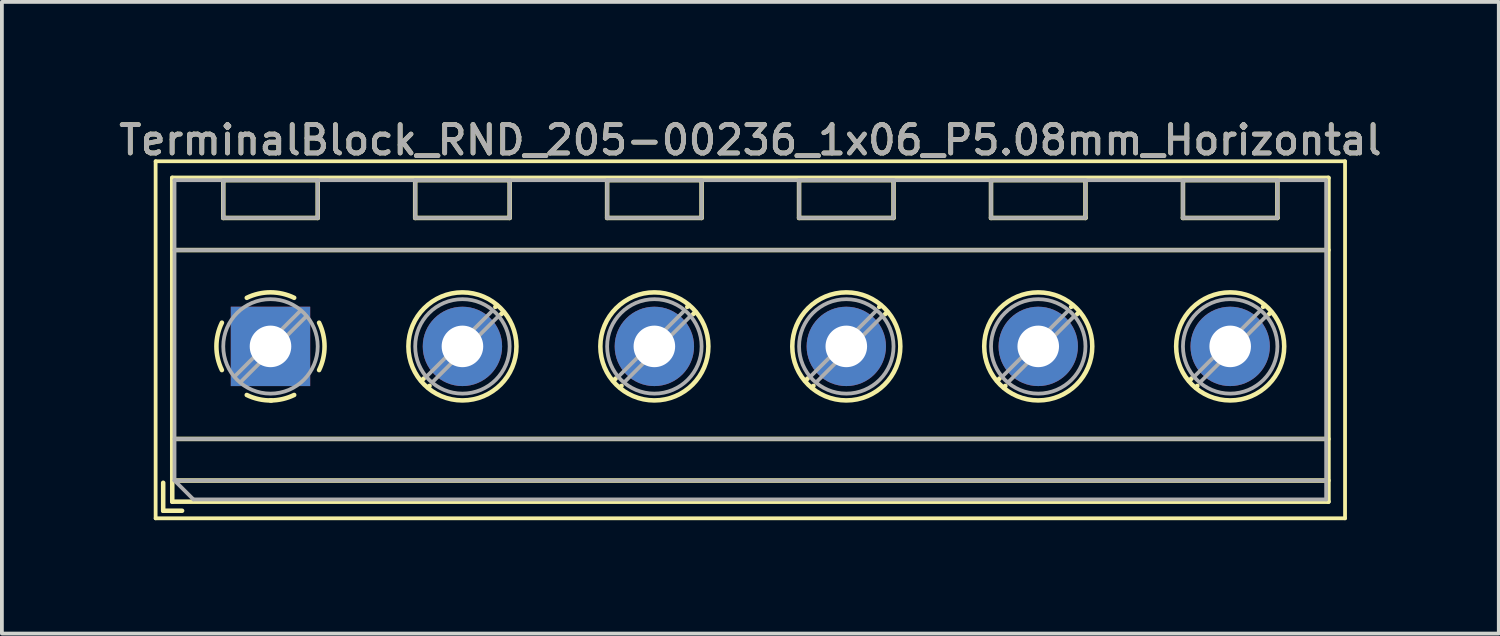
<source format=kicad_pcb>
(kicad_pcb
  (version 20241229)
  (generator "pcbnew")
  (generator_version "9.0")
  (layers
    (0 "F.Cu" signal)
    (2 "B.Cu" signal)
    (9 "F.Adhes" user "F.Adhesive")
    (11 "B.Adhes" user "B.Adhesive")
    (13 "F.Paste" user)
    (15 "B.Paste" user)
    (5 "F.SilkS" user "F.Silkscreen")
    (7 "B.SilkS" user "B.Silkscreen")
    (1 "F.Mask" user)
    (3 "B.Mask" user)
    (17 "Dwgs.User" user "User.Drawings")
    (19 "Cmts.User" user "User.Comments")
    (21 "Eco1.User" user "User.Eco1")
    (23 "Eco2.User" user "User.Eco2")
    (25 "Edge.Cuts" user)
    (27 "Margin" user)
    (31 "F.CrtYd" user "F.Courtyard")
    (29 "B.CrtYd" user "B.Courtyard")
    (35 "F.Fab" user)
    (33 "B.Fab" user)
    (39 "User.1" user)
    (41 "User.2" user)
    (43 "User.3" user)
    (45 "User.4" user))
  (footprint "TerminalBlock_RND_205-00236_1x06_P5.08mm_Horizontal"
    (layer "F.Cu")
    (at 4.109 6.118)
    (property "Reference" "TerminalBlock_RND_205-00236_1x06_P5.08mm_Horizontal" (at 12.7 -5.46 0) (layer "F.SilkS") (effects (font (size 0.75 0.75) (thickness 0.125))))
    (attr through_hole)
    (fp_line (start -3.04 -4.9) (end -3.04 4.55) (stroke (width 0.1) (type solid)) (layer "F.SilkS"))
    (fp_line (start -3.04 4.55) (end 28.44 4.55) (stroke (width 0.1) (type solid)) (layer "F.SilkS"))
    (fp_line (start -2.84 3.61) (end -2.84 4.35) (stroke (width 0.12) (type solid)) (layer "F.SilkS"))
    (fp_line (start -2.84 4.35) (end -2.34 4.35) (stroke (width 0.12) (type solid)) (layer "F.SilkS"))
    (fp_line (start -2.6 -4.46) (end -2.6 4.11) (stroke (width 0.12) (type solid)) (layer "F.SilkS"))
    (fp_line (start -2.6 -4.46) (end 28 -4.46) (stroke (width 0.12) (type solid)) (layer "F.SilkS"))
    (fp_line (start -2.6 -2.55) (end 28 -2.55) (stroke (width 0.12) (type solid)) (layer "F.SilkS"))
    (fp_line (start -2.6 2.45) (end 28 2.45) (stroke (width 0.12) (type solid)) (layer "F.SilkS"))
    (fp_line (start -2.6 3.55) (end 28 3.55) (stroke (width 0.12) (type solid)) (layer "F.SilkS"))
    (fp_line (start -2.6 4.11) (end 28 4.11) (stroke (width 0.12) (type solid)) (layer "F.SilkS"))
    (fp_line (start -1.25 -4.4) (end -1.25 -3.4) (stroke (width 0.12) (type solid)) (layer "F.SilkS"))
    (fp_line (start -1.25 -4.4) (end 1.25 -4.4) (stroke (width 0.12) (type solid)) (layer "F.SilkS"))
    (fp_line (start -1.25 -3.4) (end 1.25 -3.4) (stroke (width 0.12) (type solid)) (layer "F.SilkS"))
    (fp_line (start 1.25 -4.4) (end 1.25 -3.4) (stroke (width 0.12) (type solid)) (layer "F.SilkS"))
    (fp_line (start 3.83 -4.4) (end 3.83 -3.4) (stroke (width 0.12) (type solid)) (layer "F.SilkS"))
    (fp_line (start 3.83 -4.4) (end 6.33 -4.4) (stroke (width 0.12) (type solid)) (layer "F.SilkS"))
    (fp_line (start 3.83 -3.4) (end 6.33 -3.4) (stroke (width 0.12) (type solid)) (layer "F.SilkS"))
    (fp_line (start 4.056 0.85) (end 3.996 0.91) (stroke (width 0.12) (type solid)) (layer "F.SilkS"))
    (fp_line (start 4.21 1.045) (end 4.17 1.085) (stroke (width 0.12) (type solid)) (layer "F.SilkS"))
    (fp_line (start 5.991 -1.085) (end 5.951 -1.045) (stroke (width 0.12) (type solid)) (layer "F.SilkS"))
    (fp_line (start 6.165 -0.91) (end 6.105 -0.851) (stroke (width 0.12) (type solid)) (layer "F.SilkS"))
    (fp_line (start 6.33 -4.4) (end 6.33 -3.4) (stroke (width 0.12) (type solid)) (layer "F.SilkS"))
    (fp_line (start 8.91 -4.4) (end 8.91 -3.4) (stroke (width 0.12) (type solid)) (layer "F.SilkS"))
    (fp_line (start 8.91 -4.4) (end 11.41 -4.4) (stroke (width 0.12) (type solid)) (layer "F.SilkS"))
    (fp_line (start 8.91 -3.4) (end 11.41 -3.4) (stroke (width 0.12) (type solid)) (layer "F.SilkS"))
    (fp_line (start 9.136 0.85) (end 9.076 0.91) (stroke (width 0.12) (type solid)) (layer "F.SilkS"))
    (fp_line (start 9.29 1.045) (end 9.25 1.085) (stroke (width 0.12) (type solid)) (layer "F.SilkS"))
    (fp_line (start 11.071 -1.085) (end 11.031 -1.045) (stroke (width 0.12) (type solid)) (layer "F.SilkS"))
    (fp_line (start 11.245 -0.91) (end 11.185 -0.851) (stroke (width 0.12) (type solid)) (layer "F.SilkS"))
    (fp_line (start 11.41 -4.4) (end 11.41 -3.4) (stroke (width 0.12) (type solid)) (layer "F.SilkS"))
    (fp_line (start 13.99 -4.4) (end 13.99 -3.4) (stroke (width 0.12) (type solid)) (layer "F.SilkS"))
    (fp_line (start 13.99 -4.4) (end 16.49 -4.4) (stroke (width 0.12) (type solid)) (layer "F.SilkS"))
    (fp_line (start 13.99 -3.4) (end 16.49 -3.4) (stroke (width 0.12) (type solid)) (layer "F.SilkS"))
    (fp_line (start 14.216 0.85) (end 14.156 0.91) (stroke (width 0.12) (type solid)) (layer "F.SilkS"))
    (fp_line (start 14.37 1.045) (end 14.33 1.085) (stroke (width 0.12) (type solid)) (layer "F.SilkS"))
    (fp_line (start 16.151 -1.085) (end 16.111 -1.045) (stroke (width 0.12) (type solid)) (layer "F.SilkS"))
    (fp_line (start 16.325 -0.91) (end 16.265 -0.851) (stroke (width 0.12) (type solid)) (layer "F.SilkS"))
    (fp_line (start 16.49 -4.4) (end 16.49 -3.4) (stroke (width 0.12) (type solid)) (layer "F.SilkS"))
    (fp_line (start 19.07 -4.4) (end 19.07 -3.4) (stroke (width 0.12) (type solid)) (layer "F.SilkS"))
    (fp_line (start 19.07 -4.4) (end 21.57 -4.4) (stroke (width 0.12) (type solid)) (layer "F.SilkS"))
    (fp_line (start 19.07 -3.4) (end 21.57 -3.4) (stroke (width 0.12) (type solid)) (layer "F.SilkS"))
    (fp_line (start 19.296 0.85) (end 19.236 0.91) (stroke (width 0.12) (type solid)) (layer "F.SilkS"))
    (fp_line (start 19.45 1.045) (end 19.41 1.085) (stroke (width 0.12) (type solid)) (layer "F.SilkS"))
    (fp_line (start 21.231 -1.085) (end 21.191 -1.045) (stroke (width 0.12) (type solid)) (layer "F.SilkS"))
    (fp_line (start 21.405 -0.91) (end 21.345 -0.851) (stroke (width 0.12) (type solid)) (layer "F.SilkS"))
    (fp_line (start 21.57 -4.4) (end 21.57 -3.4) (stroke (width 0.12) (type solid)) (layer "F.SilkS"))
    (fp_line (start 24.15 -4.4) (end 24.15 -3.4) (stroke (width 0.12) (type solid)) (layer "F.SilkS"))
    (fp_line (start 24.15 -4.4) (end 26.65 -4.4) (stroke (width 0.12) (type solid)) (layer "F.SilkS"))
    (fp_line (start 24.15 -3.4) (end 26.65 -3.4) (stroke (width 0.12) (type solid)) (layer "F.SilkS"))
    (fp_line (start 24.376 0.85) (end 24.316 0.91) (stroke (width 0.12) (type solid)) (layer "F.SilkS"))
    (fp_line (start 24.53 1.045) (end 24.49 1.085) (stroke (width 0.12) (type solid)) (layer "F.SilkS"))
    (fp_line (start 26.311 -1.085) (end 26.271 -1.045) (stroke (width 0.12) (type solid)) (layer "F.SilkS"))
    (fp_line (start 26.485 -0.91) (end 26.425 -0.851) (stroke (width 0.12) (type solid)) (layer "F.SilkS"))
    (fp_line (start 26.65 -4.4) (end 26.65 -3.4) (stroke (width 0.12) (type solid)) (layer "F.SilkS"))
    (fp_line (start 28 -4.46) (end 28 4.11) (stroke (width 0.12) (type solid)) (layer "F.SilkS"))
    (fp_line (start 28.44 -4.9) (end -3.04 -4.9) (stroke (width 0.1) (type solid)) (layer "F.SilkS"))
    (fp_line (start 28.44 4.55) (end 28.44 -4.9) (stroke (width 0.1) (type solid)) (layer "F.SilkS"))
    (fp_arc (start -1.286611 0.626746) (mid -1.431146 -0.000697) (end -1.286 -0.628) (stroke (width 0.12) (type solid)) (layer "F.SilkS"))
    (fp_arc (start -0.627362 -1.285823) (mid -0.000201 -1.430707) (end 0.627 -1.286) (stroke (width 0.12) (type solid)) (layer "F.SilkS"))
    (fp_arc (start 0.02428 1.43094) (mid -0.310437 1.397071) (end -0.628 1.286) (stroke (width 0.12) (type solid)) (layer "F.SilkS"))
    (fp_arc (start 0.626871 1.285275) (mid 0.32168 1.393349) (end 0 1.43) (stroke (width 0.12) (type solid)) (layer "F.SilkS"))
    (fp_arc (start 1.285823 -0.627362) (mid 1.430707 -0.000201) (end 1.286 0.627) (stroke (width 0.12) (type solid)) (layer "F.SilkS"))
    (fp_circle (center 5.08 0) (end 6.51 0) (stroke (width 0.12) (type solid)) (fill no) (layer "F.SilkS"))
    (fp_circle (center 10.16 0) (end 11.59 0) (stroke (width 0.12) (type solid)) (fill no) (layer "F.SilkS"))
    (fp_circle (center 15.24 0) (end 16.67 0) (stroke (width 0.12) (type solid)) (fill no) (layer "F.SilkS"))
    (fp_circle (center 20.32 0) (end 21.75 0) (stroke (width 0.12) (type solid)) (fill no) (layer "F.SilkS"))
    (fp_circle (center 25.4 0) (end 26.83 0) (stroke (width 0.12) (type solid)) (fill no) (layer "F.SilkS"))
    (fp_line (start -2.54 -4.4) (end 27.94 -4.4) (stroke (width 0.1) (type solid)) (layer "F.Fab"))
    (fp_line (start -2.54 -2.55) (end 27.94 -2.55) (stroke (width 0.1) (type solid)) (layer "F.Fab"))
    (fp_line (start -2.54 2.45) (end 27.94 2.45) (stroke (width 0.1) (type solid)) (layer "F.Fab"))
    (fp_line (start -2.54 3.55) (end -2.54 -4.4) (stroke (width 0.1) (type solid)) (layer "F.Fab"))
    (fp_line (start -2.54 3.55) (end 27.94 3.55) (stroke (width 0.1) (type solid)) (layer "F.Fab"))
    (fp_line (start -2.04 4.05) (end -2.54 3.55) (stroke (width 0.1) (type solid)) (layer "F.Fab"))
    (fp_line (start -1.25 -4.4) (end -1.25 -3.4) (stroke (width 0.1) (type solid)) (layer "F.Fab"))
    (fp_line (start -1.25 -3.4) (end 1.25 -3.4) (stroke (width 0.1) (type solid)) (layer "F.Fab"))
    (fp_line (start 0.796 -0.948) (end -0.949 0.796) (stroke (width 0.1) (type solid)) (layer "F.Fab"))
    (fp_line (start 0.949 -0.796) (end -0.796 0.948) (stroke (width 0.1) (type solid)) (layer "F.Fab"))
    (fp_line (start 1.25 -4.4) (end -1.25 -4.4) (stroke (width 0.1) (type solid)) (layer "F.Fab"))
    (fp_line (start 1.25 -3.4) (end 1.25 -4.4) (stroke (width 0.1) (type solid)) (layer "F.Fab"))
    (fp_line (start 3.83 -4.4) (end 3.83 -3.4) (stroke (width 0.1) (type solid)) (layer "F.Fab"))
    (fp_line (start 3.83 -3.4) (end 6.33 -3.4) (stroke (width 0.1) (type solid)) (layer "F.Fab"))
    (fp_line (start 5.876 -0.948) (end 4.132 0.796) (stroke (width 0.1) (type solid)) (layer "F.Fab"))
    (fp_line (start 6.029 -0.796) (end 4.285 0.948) (stroke (width 0.1) (type solid)) (layer "F.Fab"))
    (fp_line (start 6.33 -4.4) (end 3.83 -4.4) (stroke (width 0.1) (type solid)) (layer "F.Fab"))
    (fp_line (start 6.33 -3.4) (end 6.33 -4.4) (stroke (width 0.1) (type solid)) (layer "F.Fab"))
    (fp_line (start 8.91 -4.4) (end 8.91 -3.4) (stroke (width 0.1) (type solid)) (layer "F.Fab"))
    (fp_line (start 8.91 -3.4) (end 11.41 -3.4) (stroke (width 0.1) (type solid)) (layer "F.Fab"))
    (fp_line (start 10.956 -0.948) (end 9.212 0.796) (stroke (width 0.1) (type solid)) (layer "F.Fab"))
    (fp_line (start 11.109 -0.796) (end 9.365 0.948) (stroke (width 0.1) (type solid)) (layer "F.Fab"))
    (fp_line (start 11.41 -4.4) (end 8.91 -4.4) (stroke (width 0.1) (type solid)) (layer "F.Fab"))
    (fp_line (start 11.41 -3.4) (end 11.41 -4.4) (stroke (width 0.1) (type solid)) (layer "F.Fab"))
    (fp_line (start 13.99 -4.4) (end 13.99 -3.4) (stroke (width 0.1) (type solid)) (layer "F.Fab"))
    (fp_line (start 13.99 -3.4) (end 16.49 -3.4) (stroke (width 0.1) (type solid)) (layer "F.Fab"))
    (fp_line (start 16.036 -0.948) (end 14.292 0.796) (stroke (width 0.1) (type solid)) (layer "F.Fab"))
    (fp_line (start 16.189 -0.796) (end 14.445 0.948) (stroke (width 0.1) (type solid)) (layer "F.Fab"))
    (fp_line (start 16.49 -4.4) (end 13.99 -4.4) (stroke (width 0.1) (type solid)) (layer "F.Fab"))
    (fp_line (start 16.49 -3.4) (end 16.49 -4.4) (stroke (width 0.1) (type solid)) (layer "F.Fab"))
    (fp_line (start 19.07 -4.4) (end 19.07 -3.4) (stroke (width 0.1) (type solid)) (layer "F.Fab"))
    (fp_line (start 19.07 -3.4) (end 21.57 -3.4) (stroke (width 0.1) (type solid)) (layer "F.Fab"))
    (fp_line (start 21.116 -0.948) (end 19.372 0.796) (stroke (width 0.1) (type solid)) (layer "F.Fab"))
    (fp_line (start 21.269 -0.796) (end 19.525 0.948) (stroke (width 0.1) (type solid)) (layer "F.Fab"))
    (fp_line (start 21.57 -4.4) (end 19.07 -4.4) (stroke (width 0.1) (type solid)) (layer "F.Fab"))
    (fp_line (start 21.57 -3.4) (end 21.57 -4.4) (stroke (width 0.1) (type solid)) (layer "F.Fab"))
    (fp_line (start 24.15 -4.4) (end 24.15 -3.4) (stroke (width 0.1) (type solid)) (layer "F.Fab"))
    (fp_line (start 24.15 -3.4) (end 26.65 -3.4) (stroke (width 0.1) (type solid)) (layer "F.Fab"))
    (fp_line (start 26.196 -0.948) (end 24.452 0.796) (stroke (width 0.1) (type solid)) (layer "F.Fab"))
    (fp_line (start 26.349 -0.796) (end 24.605 0.948) (stroke (width 0.1) (type solid)) (layer "F.Fab"))
    (fp_line (start 26.65 -4.4) (end 24.15 -4.4) (stroke (width 0.1) (type solid)) (layer "F.Fab"))
    (fp_line (start 26.65 -3.4) (end 26.65 -4.4) (stroke (width 0.1) (type solid)) (layer "F.Fab"))
    (fp_line (start 27.94 -4.4) (end 27.94 4.05) (stroke (width 0.1) (type solid)) (layer "F.Fab"))
    (fp_line (start 27.94 4.05) (end -2.04 4.05) (stroke (width 0.1) (type solid)) (layer "F.Fab"))
    (fp_circle (center 0 0) (end 1.25 0) (stroke (width 0.1) (type solid)) (fill no) (layer "F.Fab"))
    (fp_circle (center 5.08 0) (end 6.33 0) (stroke (width 0.1) (type solid)) (fill no) (layer "F.Fab"))
    (fp_circle (center 10.16 0) (end 11.41 0) (stroke (width 0.1) (type solid)) (fill no) (layer "F.Fab"))
    (fp_circle (center 15.24 0) (end 16.49 0) (stroke (width 0.1) (type solid)) (fill no) (layer "F.Fab"))
    (fp_circle (center 20.32 0) (end 21.57 0) (stroke (width 0.1) (type solid)) (fill no) (layer "F.Fab"))
    (fp_circle (center 25.4 0) (end 26.65 0) (stroke (width 0.1) (type solid)) (fill no) (layer "F.Fab"))
    (fp_text user "${REFERENCE}" (at 12.7 -5.46 0) (layer "F.Fab") (effects (font (size 0.75 0.75) (thickness 0.125))))
    (pad "1" thru_hole rect (at 0 0) (size 2.1 2.1) (drill 1.1) (layers "*.Cu" "*.Mask"))
    (pad "2" thru_hole circle (at 5.08 0) (size 2.1 2.1) (drill 1.1) (layers "*.Cu" "*.Mask"))
    (pad "3" thru_hole circle (at 10.16 0) (size 2.1 2.1) (drill 1.1) (layers "*.Cu" "*.Mask"))
    (pad "4" thru_hole circle (at 15.24 0) (size 2.1 2.1) (drill 1.1) (layers "*.Cu" "*.Mask"))
    (pad "5" thru_hole circle (at 20.32 0) (size 2.1 2.1) (drill 1.1) (layers "*.Cu" "*.Mask"))
    (pad "6" thru_hole circle (at 25.4 0) (size 2.1 2.1) (drill 1.1) (layers "*.Cu" "*.Mask")))
  (gr_rect
    (start -3 -3)
    (end 36.618 13.718)
    (stroke (width 0.1) (type default))
    (fill no)
    (layer "Edge.Cuts")))
</source>
